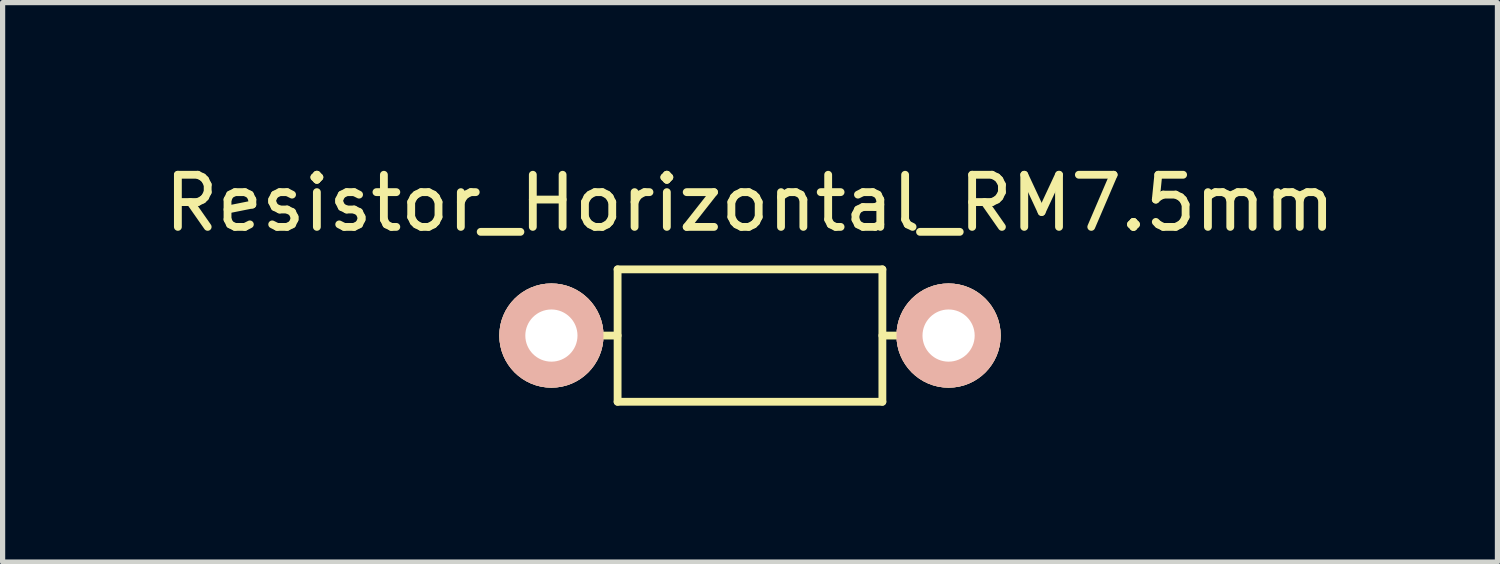
<source format=kicad_pcb>
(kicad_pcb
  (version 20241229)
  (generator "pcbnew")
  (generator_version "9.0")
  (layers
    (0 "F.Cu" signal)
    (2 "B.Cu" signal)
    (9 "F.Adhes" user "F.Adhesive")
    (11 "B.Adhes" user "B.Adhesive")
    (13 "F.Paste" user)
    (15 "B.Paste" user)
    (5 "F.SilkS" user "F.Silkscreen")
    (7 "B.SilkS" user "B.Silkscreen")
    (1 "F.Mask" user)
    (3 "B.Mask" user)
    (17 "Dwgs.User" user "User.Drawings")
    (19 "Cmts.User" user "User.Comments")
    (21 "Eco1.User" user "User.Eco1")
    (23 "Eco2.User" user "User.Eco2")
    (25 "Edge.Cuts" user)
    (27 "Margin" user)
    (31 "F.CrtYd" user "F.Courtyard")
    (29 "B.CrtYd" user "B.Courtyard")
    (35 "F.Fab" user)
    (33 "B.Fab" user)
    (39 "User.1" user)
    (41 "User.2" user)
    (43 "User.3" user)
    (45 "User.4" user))
  (footprint "Resistor_Horizontal_RM7.5mm"
    (layer "F.Cu")
    (at 11.339 3.388)
    (property "Reference" "Resistor_Horizontal_RM7.5mm" (at 0 -2.54 0) (layer "F.SilkS") (effects (font (size 1 1) (thickness 0.15))))
    (attr through_hole)
    (fp_line (start -2.54 -1.27) (end 2.54 -1.27) (stroke (width 0.15) (type solid)) (layer "F.SilkS"))
    (fp_line (start -2.54 0) (end -2.794 0) (stroke (width 0.15) (type solid)) (layer "F.SilkS"))
    (fp_line (start -2.54 1.27) (end -2.54 -1.27) (stroke (width 0.15) (type solid)) (layer "F.SilkS"))
    (fp_line (start 2.54 -1.27) (end 2.54 1.27) (stroke (width 0.15) (type solid)) (layer "F.SilkS"))
    (fp_line (start 2.54 0) (end 2.794 0) (stroke (width 0.15) (type solid)) (layer "F.SilkS"))
    (fp_line (start 2.54 1.27) (end -2.54 1.27) (stroke (width 0.15) (type solid)) (layer "F.SilkS"))
    (pad "1" thru_hole circle (at -3.81 0) (size 1.999 1.999) (drill 1.001) (layers "*.Cu" "*.SilkS" "*.Mask"))
    (pad "2" thru_hole circle (at 3.81 0) (size 1.999 1.999) (drill 1.001) (layers "*.Cu" "*.SilkS" "*.Mask")))
  (gr_rect
    (start -3 -3)
    (end 25.679 7.733)
    (stroke (width 0.1) (type default))
    (fill no)
    (layer "Edge.Cuts")))
</source>
